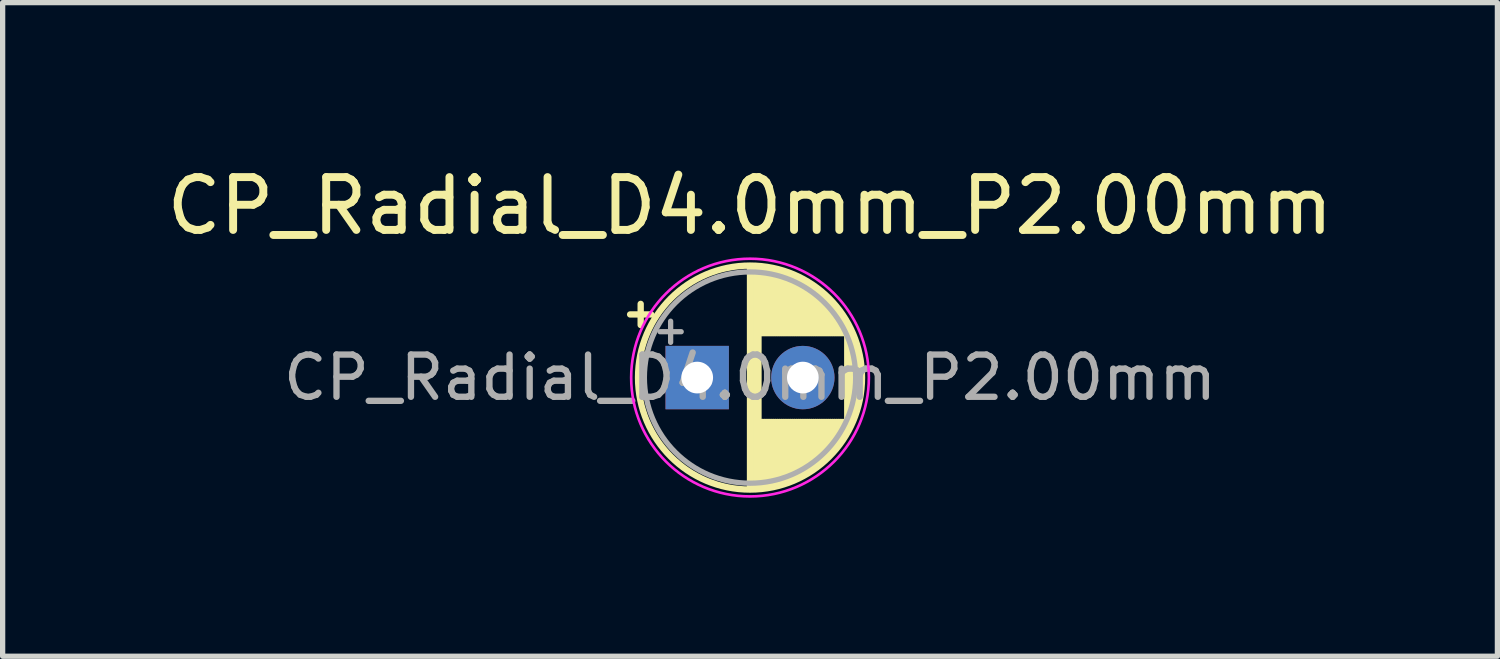
<source format=kicad_pcb>
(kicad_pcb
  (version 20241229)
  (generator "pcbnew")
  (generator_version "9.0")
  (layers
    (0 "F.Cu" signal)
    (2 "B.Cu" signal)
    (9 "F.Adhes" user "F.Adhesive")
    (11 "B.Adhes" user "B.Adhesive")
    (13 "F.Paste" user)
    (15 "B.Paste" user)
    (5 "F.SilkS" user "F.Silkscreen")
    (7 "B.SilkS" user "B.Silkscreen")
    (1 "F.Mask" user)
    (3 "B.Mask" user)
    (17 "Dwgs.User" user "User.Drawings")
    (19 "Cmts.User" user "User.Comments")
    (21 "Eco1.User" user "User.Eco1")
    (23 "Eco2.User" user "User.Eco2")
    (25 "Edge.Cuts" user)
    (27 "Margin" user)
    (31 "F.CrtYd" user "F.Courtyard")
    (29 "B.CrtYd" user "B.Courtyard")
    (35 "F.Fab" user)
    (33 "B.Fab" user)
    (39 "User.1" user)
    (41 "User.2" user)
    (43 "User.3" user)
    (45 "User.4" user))
  (footprint "CP_Radial_D4.0mm_P2.00mm"
    (layer "F.Cu")
    (at 10.149 4.098)
    (property "Reference" "CP_Radial_D4.0mm_P2.00mm" (at 1 -3.25 180) (layer "F.SilkS") (effects (font (size 1 1) (thickness 0.15))))
    (attr through_hole)
    (fp_line (start -1.27 -1.195) (end -0.87 -1.195) (stroke (width 0.12) (type solid)) (layer "F.SilkS"))
    (fp_line (start -1.07 -1.395) (end -1.07 -0.995) (stroke (width 0.12) (type solid)) (layer "F.SilkS"))
    (fp_line (start 1 -2.08) (end 1 2.08) (stroke (width 0.12) (type solid)) (layer "F.SilkS"))
    (fp_line (start 1.04 -2.08) (end 1.04 2.08) (stroke (width 0.12) (type solid)) (layer "F.SilkS"))
    (fp_line (start 1.08 -2.079) (end 1.08 2.079) (stroke (width 0.12) (type solid)) (layer "F.SilkS"))
    (fp_line (start 1.12 -2.077) (end 1.12 2.077) (stroke (width 0.12) (type solid)) (layer "F.SilkS"))
    (fp_line (start 1.16 -2.074) (end 1.16 2.074) (stroke (width 0.12) (type solid)) (layer "F.SilkS"))
    (fp_line (start 1.2 -2.071) (end 1.2 -0.84) (stroke (width 0.12) (type solid)) (layer "F.SilkS"))
    (fp_line (start 1.2 0.84) (end 1.2 2.071) (stroke (width 0.12) (type solid)) (layer "F.SilkS"))
    (fp_line (start 1.24 -2.067) (end 1.24 -0.84) (stroke (width 0.12) (type solid)) (layer "F.SilkS"))
    (fp_line (start 1.24 0.84) (end 1.24 2.067) (stroke (width 0.12) (type solid)) (layer "F.SilkS"))
    (fp_line (start 1.28 -2.062) (end 1.28 -0.84) (stroke (width 0.12) (type solid)) (layer "F.SilkS"))
    (fp_line (start 1.28 0.84) (end 1.28 2.062) (stroke (width 0.12) (type solid)) (layer "F.SilkS"))
    (fp_line (start 1.32 -2.056) (end 1.32 -0.84) (stroke (width 0.12) (type solid)) (layer "F.SilkS"))
    (fp_line (start 1.32 0.84) (end 1.32 2.056) (stroke (width 0.12) (type solid)) (layer "F.SilkS"))
    (fp_line (start 1.36 -2.05) (end 1.36 -0.84) (stroke (width 0.12) (type solid)) (layer "F.SilkS"))
    (fp_line (start 1.36 0.84) (end 1.36 2.05) (stroke (width 0.12) (type solid)) (layer "F.SilkS"))
    (fp_line (start 1.4 -2.042) (end 1.4 -0.84) (stroke (width 0.12) (type solid)) (layer "F.SilkS"))
    (fp_line (start 1.4 0.84) (end 1.4 2.042) (stroke (width 0.12) (type solid)) (layer "F.SilkS"))
    (fp_line (start 1.44 -2.034) (end 1.44 -0.84) (stroke (width 0.12) (type solid)) (layer "F.SilkS"))
    (fp_line (start 1.44 0.84) (end 1.44 2.034) (stroke (width 0.12) (type solid)) (layer "F.SilkS"))
    (fp_line (start 1.48 -2.025) (end 1.48 -0.84) (stroke (width 0.12) (type solid)) (layer "F.SilkS"))
    (fp_line (start 1.48 0.84) (end 1.48 2.025) (stroke (width 0.12) (type solid)) (layer "F.SilkS"))
    (fp_line (start 1.52 -2.016) (end 1.52 -0.84) (stroke (width 0.12) (type solid)) (layer "F.SilkS"))
    (fp_line (start 1.52 0.84) (end 1.52 2.016) (stroke (width 0.12) (type solid)) (layer "F.SilkS"))
    (fp_line (start 1.56 -2.005) (end 1.56 -0.84) (stroke (width 0.12) (type solid)) (layer "F.SilkS"))
    (fp_line (start 1.56 0.84) (end 1.56 2.005) (stroke (width 0.12) (type solid)) (layer "F.SilkS"))
    (fp_line (start 1.6 -1.994) (end 1.6 -0.84) (stroke (width 0.12) (type solid)) (layer "F.SilkS"))
    (fp_line (start 1.6 0.84) (end 1.6 1.994) (stroke (width 0.12) (type solid)) (layer "F.SilkS"))
    (fp_line (start 1.64 -1.982) (end 1.64 -0.84) (stroke (width 0.12) (type solid)) (layer "F.SilkS"))
    (fp_line (start 1.64 0.84) (end 1.64 1.982) (stroke (width 0.12) (type solid)) (layer "F.SilkS"))
    (fp_line (start 1.68 -1.968) (end 1.68 -0.84) (stroke (width 0.12) (type solid)) (layer "F.SilkS"))
    (fp_line (start 1.68 0.84) (end 1.68 1.968) (stroke (width 0.12) (type solid)) (layer "F.SilkS"))
    (fp_line (start 1.721 -1.954) (end 1.721 -0.84) (stroke (width 0.12) (type solid)) (layer "F.SilkS"))
    (fp_line (start 1.721 0.84) (end 1.721 1.954) (stroke (width 0.12) (type solid)) (layer "F.SilkS"))
    (fp_line (start 1.761 -1.94) (end 1.761 -0.84) (stroke (width 0.12) (type solid)) (layer "F.SilkS"))
    (fp_line (start 1.761 0.84) (end 1.761 1.94) (stroke (width 0.12) (type solid)) (layer "F.SilkS"))
    (fp_line (start 1.801 -1.924) (end 1.801 -0.84) (stroke (width 0.12) (type solid)) (layer "F.SilkS"))
    (fp_line (start 1.801 0.84) (end 1.801 1.924) (stroke (width 0.12) (type solid)) (layer "F.SilkS"))
    (fp_line (start 1.841 -1.907) (end 1.841 -0.84) (stroke (width 0.12) (type solid)) (layer "F.SilkS"))
    (fp_line (start 1.841 0.84) (end 1.841 1.907) (stroke (width 0.12) (type solid)) (layer "F.SilkS"))
    (fp_line (start 1.881 -1.889) (end 1.881 -0.84) (stroke (width 0.12) (type solid)) (layer "F.SilkS"))
    (fp_line (start 1.881 0.84) (end 1.881 1.889) (stroke (width 0.12) (type solid)) (layer "F.SilkS"))
    (fp_line (start 1.921 -1.87) (end 1.921 -0.84) (stroke (width 0.12) (type solid)) (layer "F.SilkS"))
    (fp_line (start 1.921 0.84) (end 1.921 1.87) (stroke (width 0.12) (type solid)) (layer "F.SilkS"))
    (fp_line (start 1.961 -1.851) (end 1.961 -0.84) (stroke (width 0.12) (type solid)) (layer "F.SilkS"))
    (fp_line (start 1.961 0.84) (end 1.961 1.851) (stroke (width 0.12) (type solid)) (layer "F.SilkS"))
    (fp_line (start 2.001 -1.83) (end 2.001 -0.84) (stroke (width 0.12) (type solid)) (layer "F.SilkS"))
    (fp_line (start 2.001 0.84) (end 2.001 1.83) (stroke (width 0.12) (type solid)) (layer "F.SilkS"))
    (fp_line (start 2.041 -1.808) (end 2.041 -0.84) (stroke (width 0.12) (type solid)) (layer "F.SilkS"))
    (fp_line (start 2.041 0.84) (end 2.041 1.808) (stroke (width 0.12) (type solid)) (layer "F.SilkS"))
    (fp_line (start 2.081 -1.785) (end 2.081 -0.84) (stroke (width 0.12) (type solid)) (layer "F.SilkS"))
    (fp_line (start 2.081 0.84) (end 2.081 1.785) (stroke (width 0.12) (type solid)) (layer "F.SilkS"))
    (fp_line (start 2.121 -1.76) (end 2.121 -0.84) (stroke (width 0.12) (type solid)) (layer "F.SilkS"))
    (fp_line (start 2.121 0.84) (end 2.121 1.76) (stroke (width 0.12) (type solid)) (layer "F.SilkS"))
    (fp_line (start 2.161 -1.735) (end 2.161 -0.84) (stroke (width 0.12) (type solid)) (layer "F.SilkS"))
    (fp_line (start 2.161 0.84) (end 2.161 1.735) (stroke (width 0.12) (type solid)) (layer "F.SilkS"))
    (fp_line (start 2.201 -1.708) (end 2.201 -0.84) (stroke (width 0.12) (type solid)) (layer "F.SilkS"))
    (fp_line (start 2.201 0.84) (end 2.201 1.708) (stroke (width 0.12) (type solid)) (layer "F.SilkS"))
    (fp_line (start 2.241 -1.68) (end 2.241 -0.84) (stroke (width 0.12) (type solid)) (layer "F.SilkS"))
    (fp_line (start 2.241 0.84) (end 2.241 1.68) (stroke (width 0.12) (type solid)) (layer "F.SilkS"))
    (fp_line (start 2.281 -1.65) (end 2.281 -0.84) (stroke (width 0.12) (type solid)) (layer "F.SilkS"))
    (fp_line (start 2.281 0.84) (end 2.281 1.65) (stroke (width 0.12) (type solid)) (layer "F.SilkS"))
    (fp_line (start 2.321 -1.619) (end 2.321 -0.84) (stroke (width 0.12) (type solid)) (layer "F.SilkS"))
    (fp_line (start 2.321 0.84) (end 2.321 1.619) (stroke (width 0.12) (type solid)) (layer "F.SilkS"))
    (fp_line (start 2.361 -1.587) (end 2.361 -0.84) (stroke (width 0.12) (type solid)) (layer "F.SilkS"))
    (fp_line (start 2.361 0.84) (end 2.361 1.587) (stroke (width 0.12) (type solid)) (layer "F.SilkS"))
    (fp_line (start 2.401 -1.552) (end 2.401 -0.84) (stroke (width 0.12) (type solid)) (layer "F.SilkS"))
    (fp_line (start 2.401 0.84) (end 2.401 1.552) (stroke (width 0.12) (type solid)) (layer "F.SilkS"))
    (fp_line (start 2.441 -1.516) (end 2.441 -0.84) (stroke (width 0.12) (type solid)) (layer "F.SilkS"))
    (fp_line (start 2.441 0.84) (end 2.441 1.516) (stroke (width 0.12) (type solid)) (layer "F.SilkS"))
    (fp_line (start 2.481 -1.478) (end 2.481 -0.84) (stroke (width 0.12) (type solid)) (layer "F.SilkS"))
    (fp_line (start 2.481 0.84) (end 2.481 1.478) (stroke (width 0.12) (type solid)) (layer "F.SilkS"))
    (fp_line (start 2.521 -1.438) (end 2.521 -0.84) (stroke (width 0.12) (type solid)) (layer "F.SilkS"))
    (fp_line (start 2.521 0.84) (end 2.521 1.438) (stroke (width 0.12) (type solid)) (layer "F.SilkS"))
    (fp_line (start 2.561 -1.396) (end 2.561 -0.84) (stroke (width 0.12) (type solid)) (layer "F.SilkS"))
    (fp_line (start 2.561 0.84) (end 2.561 1.396) (stroke (width 0.12) (type solid)) (layer "F.SilkS"))
    (fp_line (start 2.601 -1.351) (end 2.601 -0.84) (stroke (width 0.12) (type solid)) (layer "F.SilkS"))
    (fp_line (start 2.601 0.84) (end 2.601 1.351) (stroke (width 0.12) (type solid)) (layer "F.SilkS"))
    (fp_line (start 2.641 -1.304) (end 2.641 -0.84) (stroke (width 0.12) (type solid)) (layer "F.SilkS"))
    (fp_line (start 2.641 0.84) (end 2.641 1.304) (stroke (width 0.12) (type solid)) (layer "F.SilkS"))
    (fp_line (start 2.681 -1.254) (end 2.681 -0.84) (stroke (width 0.12) (type solid)) (layer "F.SilkS"))
    (fp_line (start 2.681 0.84) (end 2.681 1.254) (stroke (width 0.12) (type solid)) (layer "F.SilkS"))
    (fp_line (start 2.721 -1.2) (end 2.721 -0.84) (stroke (width 0.12) (type solid)) (layer "F.SilkS"))
    (fp_line (start 2.721 0.84) (end 2.721 1.2) (stroke (width 0.12) (type solid)) (layer "F.SilkS"))
    (fp_line (start 2.761 -1.142) (end 2.761 -0.84) (stroke (width 0.12) (type solid)) (layer "F.SilkS"))
    (fp_line (start 2.761 0.84) (end 2.761 1.142) (stroke (width 0.12) (type solid)) (layer "F.SilkS"))
    (fp_line (start 2.801 -1.08) (end 2.801 -0.84) (stroke (width 0.12) (type solid)) (layer "F.SilkS"))
    (fp_line (start 2.801 0.84) (end 2.801 1.08) (stroke (width 0.12) (type solid)) (layer "F.SilkS"))
    (fp_line (start 2.841 -1.013) (end 2.841 1.013) (stroke (width 0.12) (type solid)) (layer "F.SilkS"))
    (fp_line (start 2.881 -0.94) (end 2.881 0.94) (stroke (width 0.12) (type solid)) (layer "F.SilkS"))
    (fp_line (start 2.921 -0.859) (end 2.921 0.859) (stroke (width 0.12) (type solid)) (layer "F.SilkS"))
    (fp_line (start 2.961 -0.768) (end 2.961 0.768) (stroke (width 0.12) (type solid)) (layer "F.SilkS"))
    (fp_line (start 3.001 -0.664) (end 3.001 0.664) (stroke (width 0.12) (type solid)) (layer "F.SilkS"))
    (fp_line (start 3.041 -0.537) (end 3.041 0.537) (stroke (width 0.12) (type solid)) (layer "F.SilkS"))
    (fp_line (start 3.081 -0.37) (end 3.081 0.37) (stroke (width 0.12) (type solid)) (layer "F.SilkS"))
    (fp_circle (center 1 0) (end 3.12 0) (stroke (width 0.12) (type solid)) (fill no) (layer "F.SilkS"))
    (fp_circle (center 1 0) (end 3.25 0) (stroke (width 0.05) (type solid)) (fill no) (layer "F.CrtYd"))
    (fp_line (start -0.703 -0.868) (end -0.303 -0.868) (stroke (width 0.1) (type solid)) (layer "F.Fab"))
    (fp_line (start -0.503 -1.067) (end -0.503 -0.667) (stroke (width 0.1) (type solid)) (layer "F.Fab"))
    (fp_circle (center 1 0) (end 3 0) (stroke (width 0.1) (type solid)) (fill no) (layer "F.Fab"))
    (fp_text user "${REFERENCE}" (at 1 0 180) (layer "F.Fab") (effects (font (size 0.8 0.8) (thickness 0.12))))
    (pad "1" thru_hole rect (at 0 0) (size 1.2 1.2) (drill 0.6) (layers "*.Cu" "*.Mask"))
    (pad "2" thru_hole circle (at 2 0) (size 1.2 1.2) (drill 0.6) (layers "*.Cu" "*.Mask")))
  (gr_rect
    (start -3 -3)
    (end 25.298 9.373)
    (stroke (width 0.1) (type default))
    (fill no)
    (layer "Edge.Cuts")))
</source>
